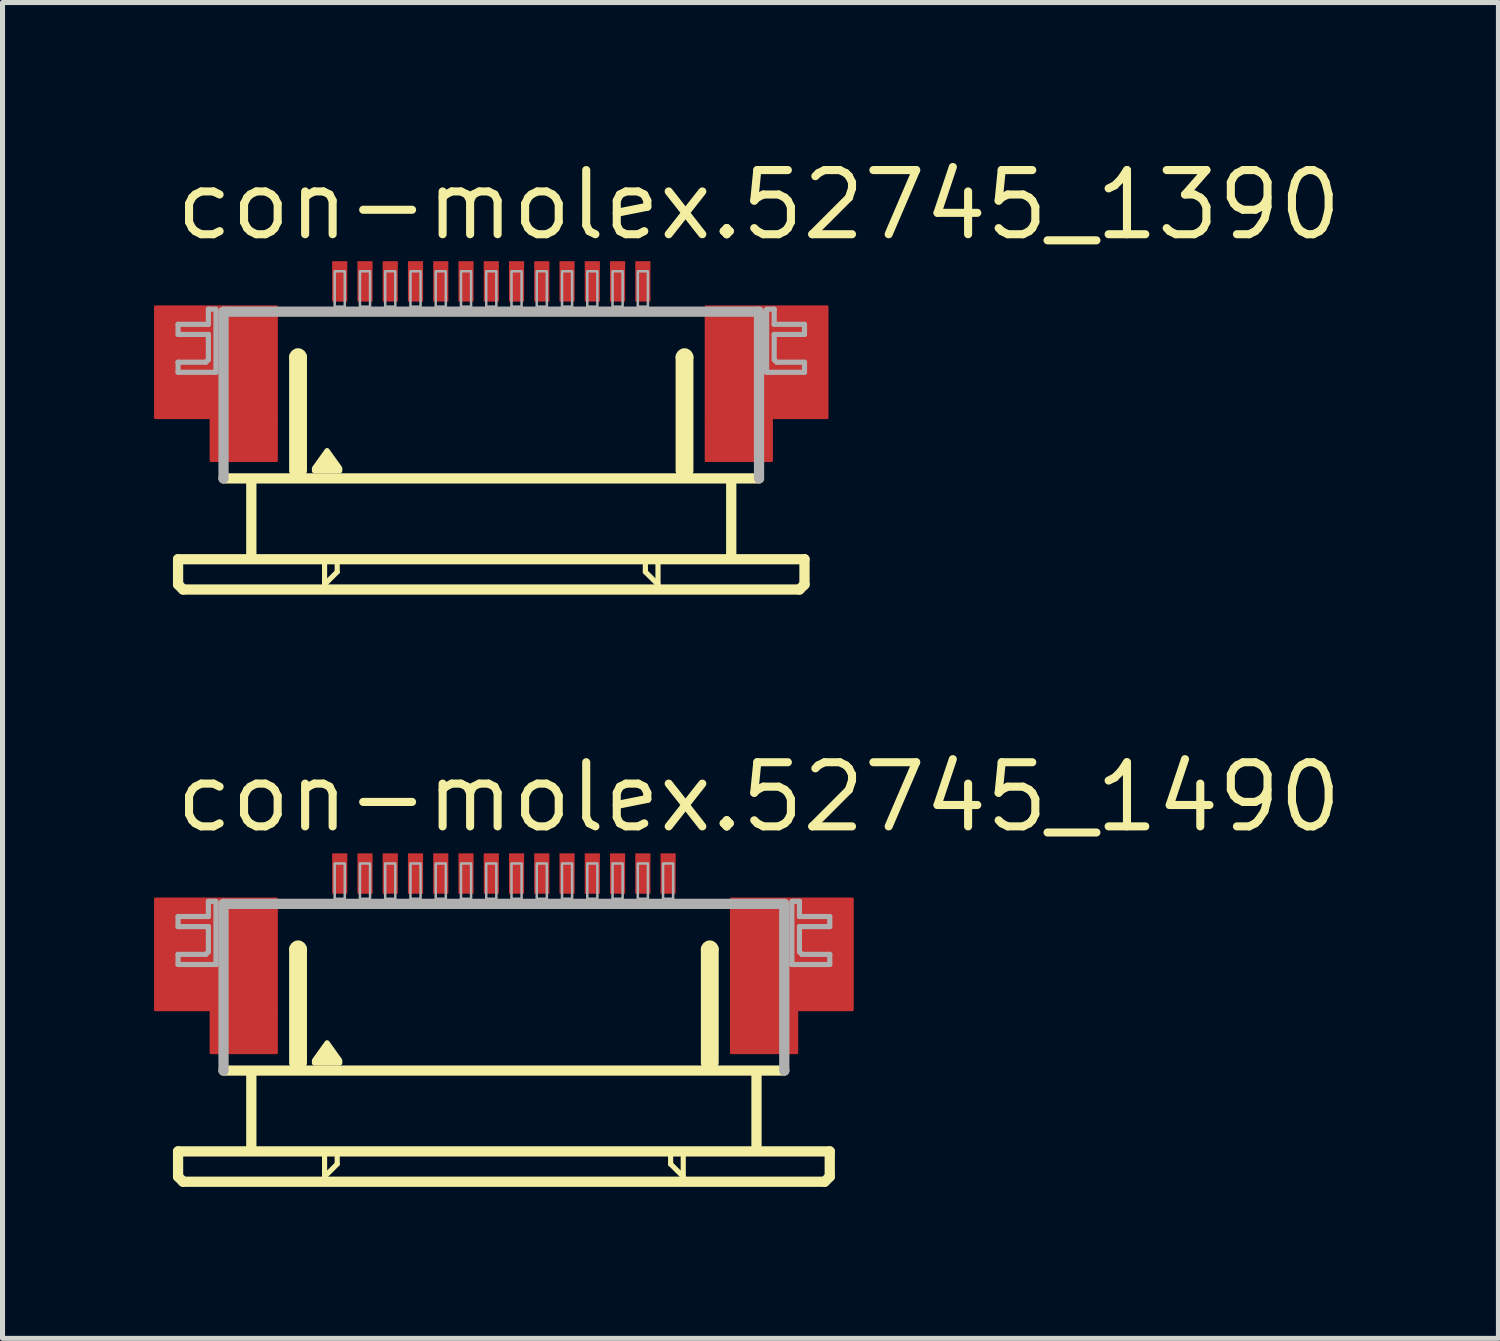
<source format=kicad_pcb>
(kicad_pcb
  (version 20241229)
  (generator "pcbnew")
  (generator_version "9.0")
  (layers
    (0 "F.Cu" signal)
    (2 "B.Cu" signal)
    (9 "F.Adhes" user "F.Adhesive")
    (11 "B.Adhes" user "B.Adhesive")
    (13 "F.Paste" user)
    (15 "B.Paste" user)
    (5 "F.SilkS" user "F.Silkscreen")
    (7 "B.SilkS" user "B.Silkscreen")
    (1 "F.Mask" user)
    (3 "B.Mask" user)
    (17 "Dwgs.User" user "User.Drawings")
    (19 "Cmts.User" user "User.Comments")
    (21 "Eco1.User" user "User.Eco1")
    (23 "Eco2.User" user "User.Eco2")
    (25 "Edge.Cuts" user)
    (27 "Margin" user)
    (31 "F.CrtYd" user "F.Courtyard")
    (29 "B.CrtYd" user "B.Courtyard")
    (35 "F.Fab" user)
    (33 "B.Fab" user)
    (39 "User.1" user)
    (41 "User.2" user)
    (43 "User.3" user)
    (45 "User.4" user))
  (footprint "con-molex.52745_1490"
    (layer "F.Cu")
    (at 6.925 16.742)
    (property "Reference" "con-molex.52745_1490" (at -6.58 -3.27 0) (layer "F.SilkS") (effects (font (size 1.27 1.27) (thickness 0.16)) (justify left bottom)))
    (attr smd)
    (fp_rect (start -6.9 0.2) (end -4.5 -2) (stroke (width 0.05) (type default)) (fill yes) (layer "F.Cu"))
    (fp_rect (start -5.8 1.05) (end -4.5 0.2) (stroke (width 0.05) (type default)) (fill yes) (layer "F.Cu"))
    (fp_rect (start 4.5 0.2) (end 6.9 -2) (stroke (width 0.05) (type default)) (fill yes) (layer "F.Cu"))
    (fp_rect (start 4.5 1.05) (end 5.8 0.2) (stroke (width 0.05) (type default)) (fill yes) (layer "F.Cu"))
    (fp_rect (start -6.9 0.2) (end -5.75 -2) (stroke (width 0.05) (type default)) (fill yes) (layer "F.Mask"))
    (fp_rect (start -5.8 1.05) (end -4.5 -2) (stroke (width 0.05) (type default)) (fill yes) (layer "F.Mask"))
    (fp_rect (start 4.5 1.05) (end 5.8 -2) (stroke (width 0.05) (type default)) (fill yes) (layer "F.Mask"))
    (fp_rect (start 5.75 0.2) (end 6.9 -2) (stroke (width 0.05) (type default)) (fill yes) (layer "F.Mask"))
    (fp_line (start -6.45 3) (end -6.45 3.5) (stroke (width 0.203) (type default)) (layer "F.SilkS"))
    (fp_line (start -6.45 3.5) (end -6.35 3.6) (stroke (width 0.203) (type default)) (layer "F.SilkS"))
    (fp_line (start -6.35 3.6) (end 6.35 3.6) (stroke (width 0.203) (type default)) (layer "F.SilkS"))
    (fp_line (start -5 1.5) (end -5 2.9) (stroke (width 0.203) (type default)) (layer "F.SilkS"))
    (fp_line (start -4.15 1.25) (end -4.15 -1) (stroke (width 0.203) (type default)) (layer "F.SilkS"))
    (fp_line (start -4 -1) (end -4 1.25) (stroke (width 0.203) (type default)) (layer "F.SilkS"))
    (fp_line (start -3.55 3.1) (end -3.55 3.5) (stroke (width 0.102) (type default)) (layer "F.SilkS"))
    (fp_line (start -3.55 3.5) (end -3.3 3.25) (stroke (width 0.102) (type default)) (layer "F.SilkS"))
    (fp_line (start -3.3 3.25) (end -3.3 3.1) (stroke (width 0.102) (type default)) (layer "F.SilkS"))
    (fp_line (start 3.3 3.1) (end 3.3 3.25) (stroke (width 0.102) (type default)) (layer "F.SilkS"))
    (fp_line (start 3.3 3.25) (end 3.55 3.5) (stroke (width 0.102) (type default)) (layer "F.SilkS"))
    (fp_line (start 3.55 3.5) (end 3.55 3.1) (stroke (width 0.102) (type default)) (layer "F.SilkS"))
    (fp_line (start 4 1.25) (end 4 -1) (stroke (width 0.203) (type default)) (layer "F.SilkS"))
    (fp_line (start 4.15 -1) (end 4.15 1.25) (stroke (width 0.203) (type default)) (layer "F.SilkS"))
    (fp_line (start 5 1.5) (end 5 2.9) (stroke (width 0.203) (type default)) (layer "F.SilkS"))
    (fp_line (start 5.55 1.4) (end -5.55 1.4) (stroke (width 0.203) (type default)) (layer "F.SilkS"))
    (fp_line (start 6.35 3.6) (end 6.45 3.5) (stroke (width 0.203) (type default)) (layer "F.SilkS"))
    (fp_line (start 6.45 3) (end -6.45 3) (stroke (width 0.203) (type default)) (layer "F.SilkS"))
    (fp_line (start 6.45 3.5) (end 6.45 3) (stroke (width 0.203) (type default)) (layer "F.SilkS"))
    (fp_arc (start -4.15 -1) (mid -4.075 -1.075) (end -4 -1) (stroke (width 0.2032) (type default)) (layer "F.SilkS"))
    (fp_arc (start 4 -1) (mid 4.075 -1.075) (end 4.15 -1) (stroke (width 0.2032) (type default)) (layer "F.SilkS"))
    (fp_poly (pts (xy -3.75 1.25) (xy -3.75 1.2) (xy -3.5 0.85) (xy -3.25 1.2) (xy -3.25 1.25)) (stroke (width 0.102) (type default)) (fill yes) (layer "F.SilkS"))
    (fp_rect (start -6.7 0.05) (end -4.7 -1.85) (stroke (width 0.05) (type default)) (fill yes) (layer "F.Paste"))
    (fp_rect (start 4.7 0.05) (end 6.7 -1.85) (stroke (width 0.05) (type default)) (fill yes) (layer "F.Paste"))
    (fp_line (start -6.45 -1.65) (end -6.45 -1.45) (stroke (width 0.102) (type default)) (layer "F.Fab"))
    (fp_line (start -6.45 -1.45) (end -5.85 -1.45) (stroke (width 0.102) (type default)) (layer "F.Fab"))
    (fp_line (start -6.45 -0.9) (end -6.45 -0.7) (stroke (width 0.102) (type default)) (layer "F.Fab"))
    (fp_line (start -6.45 -0.7) (end -5.7 -0.7) (stroke (width 0.102) (type default)) (layer "F.Fab"))
    (fp_line (start -5.9 -0.9) (end -6.45 -0.9) (stroke (width 0.102) (type default)) (layer "F.Fab"))
    (fp_line (start -5.85 -1.95) (end -5.85 -1.65) (stroke (width 0.102) (type default)) (layer "F.Fab"))
    (fp_line (start -5.85 -1.65) (end -6.45 -1.65) (stroke (width 0.102) (type default)) (layer "F.Fab"))
    (fp_line (start -5.85 -1.45) (end -5.85 -0.95) (stroke (width 0.102) (type default)) (layer "F.Fab"))
    (fp_line (start -5.85 -0.95) (end -5.9 -0.9) (stroke (width 0.102) (type default)) (layer "F.Fab"))
    (fp_line (start -5.7 -1.95) (end -5.85 -1.95) (stroke (width 0.102) (type default)) (layer "F.Fab"))
    (fp_line (start -5.7 -0.7) (end -5.7 -1.9) (stroke (width 0.102) (type default)) (layer "F.Fab"))
    (fp_line (start -5.55 -1.9) (end 5.55 -1.9) (stroke (width 0.203) (type default)) (layer "F.Fab"))
    (fp_line (start -5.55 1.4) (end -5.55 -1.9) (stroke (width 0.203) (type default)) (layer "F.Fab"))
    (fp_line (start 5.55 -1.9) (end 5.55 1.4) (stroke (width 0.203) (type default)) (layer "F.Fab"))
    (fp_line (start 5.7 -1.95) (end 5.85 -1.95) (stroke (width 0.102) (type default)) (layer "F.Fab"))
    (fp_line (start 5.7 -0.7) (end 5.7 -1.9) (stroke (width 0.102) (type default)) (layer "F.Fab"))
    (fp_line (start 5.85 -1.95) (end 5.85 -1.65) (stroke (width 0.102) (type default)) (layer "F.Fab"))
    (fp_line (start 5.85 -1.65) (end 6.45 -1.65) (stroke (width 0.102) (type default)) (layer "F.Fab"))
    (fp_line (start 5.85 -1.45) (end 5.85 -0.95) (stroke (width 0.102) (type default)) (layer "F.Fab"))
    (fp_line (start 5.85 -0.95) (end 5.9 -0.9) (stroke (width 0.102) (type default)) (layer "F.Fab"))
    (fp_line (start 5.9 -0.9) (end 6.45 -0.9) (stroke (width 0.102) (type default)) (layer "F.Fab"))
    (fp_line (start 6.45 -1.65) (end 6.45 -1.45) (stroke (width 0.102) (type default)) (layer "F.Fab"))
    (fp_line (start 6.45 -1.45) (end 5.85 -1.45) (stroke (width 0.102) (type default)) (layer "F.Fab"))
    (fp_line (start 6.45 -0.9) (end 6.45 -0.7) (stroke (width 0.102) (type default)) (layer "F.Fab"))
    (fp_line (start 6.45 -0.7) (end 5.7 -0.7) (stroke (width 0.102) (type default)) (layer "F.Fab"))
    (fp_rect (start -3.35 -2) (end -3.15 -2.7) (stroke (width 0.05) (type default)) (fill no) (layer "F.Fab"))
    (fp_rect (start -2.85 -2) (end -2.65 -2.7) (stroke (width 0.05) (type default)) (fill no) (layer "F.Fab"))
    (fp_rect (start -2.35 -2) (end -2.15 -2.7) (stroke (width 0.05) (type default)) (fill no) (layer "F.Fab"))
    (fp_rect (start -1.85 -2) (end -1.65 -2.7) (stroke (width 0.05) (type default)) (fill no) (layer "F.Fab"))
    (fp_rect (start -1.35 -2) (end -1.15 -2.7) (stroke (width 0.05) (type default)) (fill no) (layer "F.Fab"))
    (fp_rect (start -0.85 -2) (end -0.65 -2.7) (stroke (width 0.05) (type default)) (fill no) (layer "F.Fab"))
    (fp_rect (start -0.35 -2) (end -0.15 -2.7) (stroke (width 0.05) (type default)) (fill no) (layer "F.Fab"))
    (fp_rect (start 0.15 -2) (end 0.35 -2.7) (stroke (width 0.05) (type default)) (fill no) (layer "F.Fab"))
    (fp_rect (start 0.65 -2) (end 0.85 -2.7) (stroke (width 0.05) (type default)) (fill no) (layer "F.Fab"))
    (fp_rect (start 1.15 -2) (end 1.35 -2.7) (stroke (width 0.05) (type default)) (fill no) (layer "F.Fab"))
    (fp_rect (start 1.65 -2) (end 1.85 -2.7) (stroke (width 0.05) (type default)) (fill no) (layer "F.Fab"))
    (fp_rect (start 2.15 -2) (end 2.35 -2.7) (stroke (width 0.05) (type default)) (fill no) (layer "F.Fab"))
    (fp_rect (start 2.65 -2) (end 2.85 -2.7) (stroke (width 0.05) (type default)) (fill no) (layer "F.Fab"))
    (fp_rect (start 3.15 -2) (end 3.35 -2.7) (stroke (width 0.05) (type default)) (fill no) (layer "F.Fab"))
    (pad "1" smd roundrect (at -3.25 -2.5) (size 0.3 0.8) (layers "F.Cu" "F.Mask" "F.Paste") (roundrect_rratio 0.01))
    (pad "2" smd roundrect (at -2.75 -2.5) (size 0.3 0.8) (layers "F.Cu" "F.Mask" "F.Paste") (roundrect_rratio 0.01))
    (pad "3" smd roundrect (at -2.25 -2.5) (size 0.3 0.8) (layers "F.Cu" "F.Mask" "F.Paste") (roundrect_rratio 0.01))
    (pad "4" smd roundrect (at -1.75 -2.5) (size 0.3 0.8) (layers "F.Cu" "F.Mask" "F.Paste") (roundrect_rratio 0.01))
    (pad "5" smd roundrect (at -1.25 -2.5) (size 0.3 0.8) (layers "F.Cu" "F.Mask" "F.Paste") (roundrect_rratio 0.01))
    (pad "6" smd roundrect (at -0.75 -2.5) (size 0.3 0.8) (layers "F.Cu" "F.Mask" "F.Paste") (roundrect_rratio 0.01))
    (pad "7" smd roundrect (at -0.25 -2.5) (size 0.3 0.8) (layers "F.Cu" "F.Mask" "F.Paste") (roundrect_rratio 0.01))
    (pad "8" smd roundrect (at 0.25 -2.5) (size 0.3 0.8) (layers "F.Cu" "F.Mask" "F.Paste") (roundrect_rratio 0.01))
    (pad "9" smd roundrect (at 0.75 -2.5) (size 0.3 0.8) (layers "F.Cu" "F.Mask" "F.Paste") (roundrect_rratio 0.01))
    (pad "10" smd roundrect (at 1.25 -2.5) (size 0.3 0.8) (layers "F.Cu" "F.Mask" "F.Paste") (roundrect_rratio 0.01))
    (pad "11" smd roundrect (at 1.75 -2.5) (size 0.3 0.8) (layers "F.Cu" "F.Mask" "F.Paste") (roundrect_rratio 0.01))
    (pad "12" smd roundrect (at 2.25 -2.5) (size 0.3 0.8) (layers "F.Cu" "F.Mask" "F.Paste") (roundrect_rratio 0.01))
    (pad "13" smd roundrect (at 2.75 -2.5) (size 0.3 0.8) (layers "F.Cu" "F.Mask" "F.Paste") (roundrect_rratio 0.01))
    (pad "14" smd roundrect (at 3.25 -2.5) (size 0.3 0.8) (layers "F.Cu" "F.Mask" "F.Paste") (roundrect_rratio 0.01)))
  (footprint "con-molex.52745_1390"
    (layer "F.Cu")
    (at 6.675 5.02)
    (property "Reference" "con-molex.52745_1390" (at -6.33 -3.27 0) (layer "F.SilkS") (effects (font (size 1.27 1.27) (thickness 0.16)) (justify left bottom)))
    (attr smd)
    (fp_rect (start -6.65 0.2) (end -4.25 -2) (stroke (width 0.05) (type default)) (fill yes) (layer "F.Cu"))
    (fp_rect (start -5.55 1.05) (end -4.25 0.2) (stroke (width 0.05) (type default)) (fill yes) (layer "F.Cu"))
    (fp_rect (start 4.25 0.2) (end 6.65 -2) (stroke (width 0.05) (type default)) (fill yes) (layer "F.Cu"))
    (fp_rect (start 4.25 1.05) (end 5.55 0.2) (stroke (width 0.05) (type default)) (fill yes) (layer "F.Cu"))
    (fp_rect (start -6.65 0.2) (end -5.5 -2) (stroke (width 0.05) (type default)) (fill yes) (layer "F.Mask"))
    (fp_rect (start -5.55 1.05) (end -4.25 -2) (stroke (width 0.05) (type default)) (fill yes) (layer "F.Mask"))
    (fp_rect (start 4.25 1.05) (end 5.55 -2) (stroke (width 0.05) (type default)) (fill yes) (layer "F.Mask"))
    (fp_rect (start 5.5 0.2) (end 6.65 -2) (stroke (width 0.05) (type default)) (fill yes) (layer "F.Mask"))
    (fp_line (start -6.2 3) (end -6.2 3.5) (stroke (width 0.203) (type default)) (layer "F.SilkS"))
    (fp_line (start -6.2 3.5) (end -6.1 3.6) (stroke (width 0.203) (type default)) (layer "F.SilkS"))
    (fp_line (start -6.1 3.6) (end 6.1 3.6) (stroke (width 0.203) (type default)) (layer "F.SilkS"))
    (fp_line (start -4.75 1.5) (end -4.75 2.9) (stroke (width 0.203) (type default)) (layer "F.SilkS"))
    (fp_line (start -3.9 1.25) (end -3.9 -1) (stroke (width 0.203) (type default)) (layer "F.SilkS"))
    (fp_line (start -3.75 -1) (end -3.75 1.25) (stroke (width 0.203) (type default)) (layer "F.SilkS"))
    (fp_line (start -3.3 3.1) (end -3.3 3.5) (stroke (width 0.102) (type default)) (layer "F.SilkS"))
    (fp_line (start -3.3 3.5) (end -3.05 3.25) (stroke (width 0.102) (type default)) (layer "F.SilkS"))
    (fp_line (start -3.05 3.25) (end -3.05 3.1) (stroke (width 0.102) (type default)) (layer "F.SilkS"))
    (fp_line (start 3.05 3.1) (end 3.05 3.25) (stroke (width 0.102) (type default)) (layer "F.SilkS"))
    (fp_line (start 3.05 3.25) (end 3.3 3.5) (stroke (width 0.102) (type default)) (layer "F.SilkS"))
    (fp_line (start 3.3 3.5) (end 3.3 3.1) (stroke (width 0.102) (type default)) (layer "F.SilkS"))
    (fp_line (start 3.75 1.25) (end 3.75 -1) (stroke (width 0.203) (type default)) (layer "F.SilkS"))
    (fp_line (start 3.9 -1) (end 3.9 1.25) (stroke (width 0.203) (type default)) (layer "F.SilkS"))
    (fp_line (start 4.75 1.5) (end 4.75 2.9) (stroke (width 0.203) (type default)) (layer "F.SilkS"))
    (fp_line (start 5.3 1.4) (end -5.3 1.4) (stroke (width 0.203) (type default)) (layer "F.SilkS"))
    (fp_line (start 6.1 3.6) (end 6.2 3.5) (stroke (width 0.203) (type default)) (layer "F.SilkS"))
    (fp_line (start 6.2 3) (end -6.2 3) (stroke (width 0.203) (type default)) (layer "F.SilkS"))
    (fp_line (start 6.2 3.5) (end 6.2 3) (stroke (width 0.203) (type default)) (layer "F.SilkS"))
    (fp_arc (start -3.9 -1) (mid -3.825 -1.075) (end -3.75 -1) (stroke (width 0.2032) (type default)) (layer "F.SilkS"))
    (fp_arc (start 3.75 -1) (mid 3.825 -1.075) (end 3.9 -1) (stroke (width 0.2032) (type default)) (layer "F.SilkS"))
    (fp_poly (pts (xy -3.5 1.25) (xy -3.5 1.2) (xy -3.25 0.85) (xy -3 1.2) (xy -3 1.25)) (stroke (width 0.102) (type default)) (fill yes) (layer "F.SilkS"))
    (fp_rect (start -6.45 0.05) (end -4.45 -1.85) (stroke (width 0.05) (type default)) (fill yes) (layer "F.Paste"))
    (fp_rect (start 4.45 0.05) (end 6.45 -1.85) (stroke (width 0.05) (type default)) (fill yes) (layer "F.Paste"))
    (fp_line (start -6.2 -1.65) (end -6.2 -1.45) (stroke (width 0.102) (type default)) (layer "F.Fab"))
    (fp_line (start -6.2 -1.45) (end -5.6 -1.45) (stroke (width 0.102) (type default)) (layer "F.Fab"))
    (fp_line (start -6.2 -0.9) (end -6.2 -0.7) (stroke (width 0.102) (type default)) (layer "F.Fab"))
    (fp_line (start -6.2 -0.7) (end -5.45 -0.7) (stroke (width 0.102) (type default)) (layer "F.Fab"))
    (fp_line (start -5.65 -0.9) (end -6.2 -0.9) (stroke (width 0.102) (type default)) (layer "F.Fab"))
    (fp_line (start -5.6 -1.95) (end -5.6 -1.65) (stroke (width 0.102) (type default)) (layer "F.Fab"))
    (fp_line (start -5.6 -1.65) (end -6.2 -1.65) (stroke (width 0.102) (type default)) (layer "F.Fab"))
    (fp_line (start -5.6 -1.45) (end -5.6 -0.95) (stroke (width 0.102) (type default)) (layer "F.Fab"))
    (fp_line (start -5.6 -0.95) (end -5.65 -0.9) (stroke (width 0.102) (type default)) (layer "F.Fab"))
    (fp_line (start -5.45 -1.95) (end -5.6 -1.95) (stroke (width 0.102) (type default)) (layer "F.Fab"))
    (fp_line (start -5.45 -0.7) (end -5.45 -1.9) (stroke (width 0.102) (type default)) (layer "F.Fab"))
    (fp_line (start -5.3 -1.9) (end 5.3 -1.9) (stroke (width 0.203) (type default)) (layer "F.Fab"))
    (fp_line (start -5.3 1.4) (end -5.3 -1.9) (stroke (width 0.203) (type default)) (layer "F.Fab"))
    (fp_line (start 5.3 -1.9) (end 5.3 1.4) (stroke (width 0.203) (type default)) (layer "F.Fab"))
    (fp_line (start 5.45 -1.95) (end 5.6 -1.95) (stroke (width 0.102) (type default)) (layer "F.Fab"))
    (fp_line (start 5.45 -0.7) (end 5.45 -1.9) (stroke (width 0.102) (type default)) (layer "F.Fab"))
    (fp_line (start 5.6 -1.95) (end 5.6 -1.65) (stroke (width 0.102) (type default)) (layer "F.Fab"))
    (fp_line (start 5.6 -1.65) (end 6.2 -1.65) (stroke (width 0.102) (type default)) (layer "F.Fab"))
    (fp_line (start 5.6 -1.45) (end 5.6 -0.95) (stroke (width 0.102) (type default)) (layer "F.Fab"))
    (fp_line (start 5.6 -0.95) (end 5.65 -0.9) (stroke (width 0.102) (type default)) (layer "F.Fab"))
    (fp_line (start 5.65 -0.9) (end 6.2 -0.9) (stroke (width 0.102) (type default)) (layer "F.Fab"))
    (fp_line (start 6.2 -1.65) (end 6.2 -1.45) (stroke (width 0.102) (type default)) (layer "F.Fab"))
    (fp_line (start 6.2 -1.45) (end 5.6 -1.45) (stroke (width 0.102) (type default)) (layer "F.Fab"))
    (fp_line (start 6.2 -0.9) (end 6.2 -0.7) (stroke (width 0.102) (type default)) (layer "F.Fab"))
    (fp_line (start 6.2 -0.7) (end 5.45 -0.7) (stroke (width 0.102) (type default)) (layer "F.Fab"))
    (fp_rect (start -3.1 -2) (end -2.9 -2.7) (stroke (width 0.05) (type default)) (fill no) (layer "F.Fab"))
    (fp_rect (start -2.6 -2) (end -2.4 -2.7) (stroke (width 0.05) (type default)) (fill no) (layer "F.Fab"))
    (fp_rect (start -2.1 -2) (end -1.9 -2.7) (stroke (width 0.05) (type default)) (fill no) (layer "F.Fab"))
    (fp_rect (start -1.6 -2) (end -1.4 -2.7) (stroke (width 0.05) (type default)) (fill no) (layer "F.Fab"))
    (fp_rect (start -1.1 -2) (end -0.9 -2.7) (stroke (width 0.05) (type default)) (fill no) (layer "F.Fab"))
    (fp_rect (start -0.6 -2) (end -0.4 -2.7) (stroke (width 0.05) (type default)) (fill no) (layer "F.Fab"))
    (fp_rect (start -0.1 -2) (end 0.1 -2.7) (stroke (width 0.05) (type default)) (fill no) (layer "F.Fab"))
    (fp_rect (start 0.4 -2) (end 0.6 -2.7) (stroke (width 0.05) (type default)) (fill no) (layer "F.Fab"))
    (fp_rect (start 0.9 -2) (end 1.1 -2.7) (stroke (width 0.05) (type default)) (fill no) (layer "F.Fab"))
    (fp_rect (start 1.4 -2) (end 1.6 -2.7) (stroke (width 0.05) (type default)) (fill no) (layer "F.Fab"))
    (fp_rect (start 1.9 -2) (end 2.1 -2.7) (stroke (width 0.05) (type default)) (fill no) (layer "F.Fab"))
    (fp_rect (start 2.4 -2) (end 2.6 -2.7) (stroke (width 0.05) (type default)) (fill no) (layer "F.Fab"))
    (fp_rect (start 2.9 -2) (end 3.1 -2.7) (stroke (width 0.05) (type default)) (fill no) (layer "F.Fab"))
    (pad "1" smd roundrect (at -3 -2.5) (size 0.3 0.8) (layers "F.Cu" "F.Mask" "F.Paste") (roundrect_rratio 0.01))
    (pad "2" smd roundrect (at -2.5 -2.5) (size 0.3 0.8) (layers "F.Cu" "F.Mask" "F.Paste") (roundrect_rratio 0.01))
    (pad "3" smd roundrect (at -2 -2.5) (size 0.3 0.8) (layers "F.Cu" "F.Mask" "F.Paste") (roundrect_rratio 0.01))
    (pad "4" smd roundrect (at -1.5 -2.5) (size 0.3 0.8) (layers "F.Cu" "F.Mask" "F.Paste") (roundrect_rratio 0.01))
    (pad "5" smd roundrect (at -1 -2.5) (size 0.3 0.8) (layers "F.Cu" "F.Mask" "F.Paste") (roundrect_rratio 0.01))
    (pad "6" smd roundrect (at -0.5 -2.5) (size 0.3 0.8) (layers "F.Cu" "F.Mask" "F.Paste") (roundrect_rratio 0.01))
    (pad "7" smd roundrect (at 0 -2.5) (size 0.3 0.8) (layers "F.Cu" "F.Mask" "F.Paste") (roundrect_rratio 0.01))
    (pad "8" smd roundrect (at 0.5 -2.5) (size 0.3 0.8) (layers "F.Cu" "F.Mask" "F.Paste") (roundrect_rratio 0.01))
    (pad "9" smd roundrect (at 1 -2.5) (size 0.3 0.8) (layers "F.Cu" "F.Mask" "F.Paste") (roundrect_rratio 0.01))
    (pad "10" smd roundrect (at 1.5 -2.5) (size 0.3 0.8) (layers "F.Cu" "F.Mask" "F.Paste") (roundrect_rratio 0.01))
    (pad "11" smd roundrect (at 2 -2.5) (size 0.3 0.8) (layers "F.Cu" "F.Mask" "F.Paste") (roundrect_rratio 0.01))
    (pad "12" smd roundrect (at 2.5 -2.5) (size 0.3 0.8) (layers "F.Cu" "F.Mask" "F.Paste") (roundrect_rratio 0.01))
    (pad "13" smd roundrect (at 3 -2.5) (size 0.3 0.8) (layers "F.Cu" "F.Mask" "F.Paste") (roundrect_rratio 0.01)))
  (gr_rect
    (start -3 -3)
    (end 26.612 23.443)
    (stroke (width 0.1) (type default))
    (fill no)
    (layer "Edge.Cuts")))
</source>
